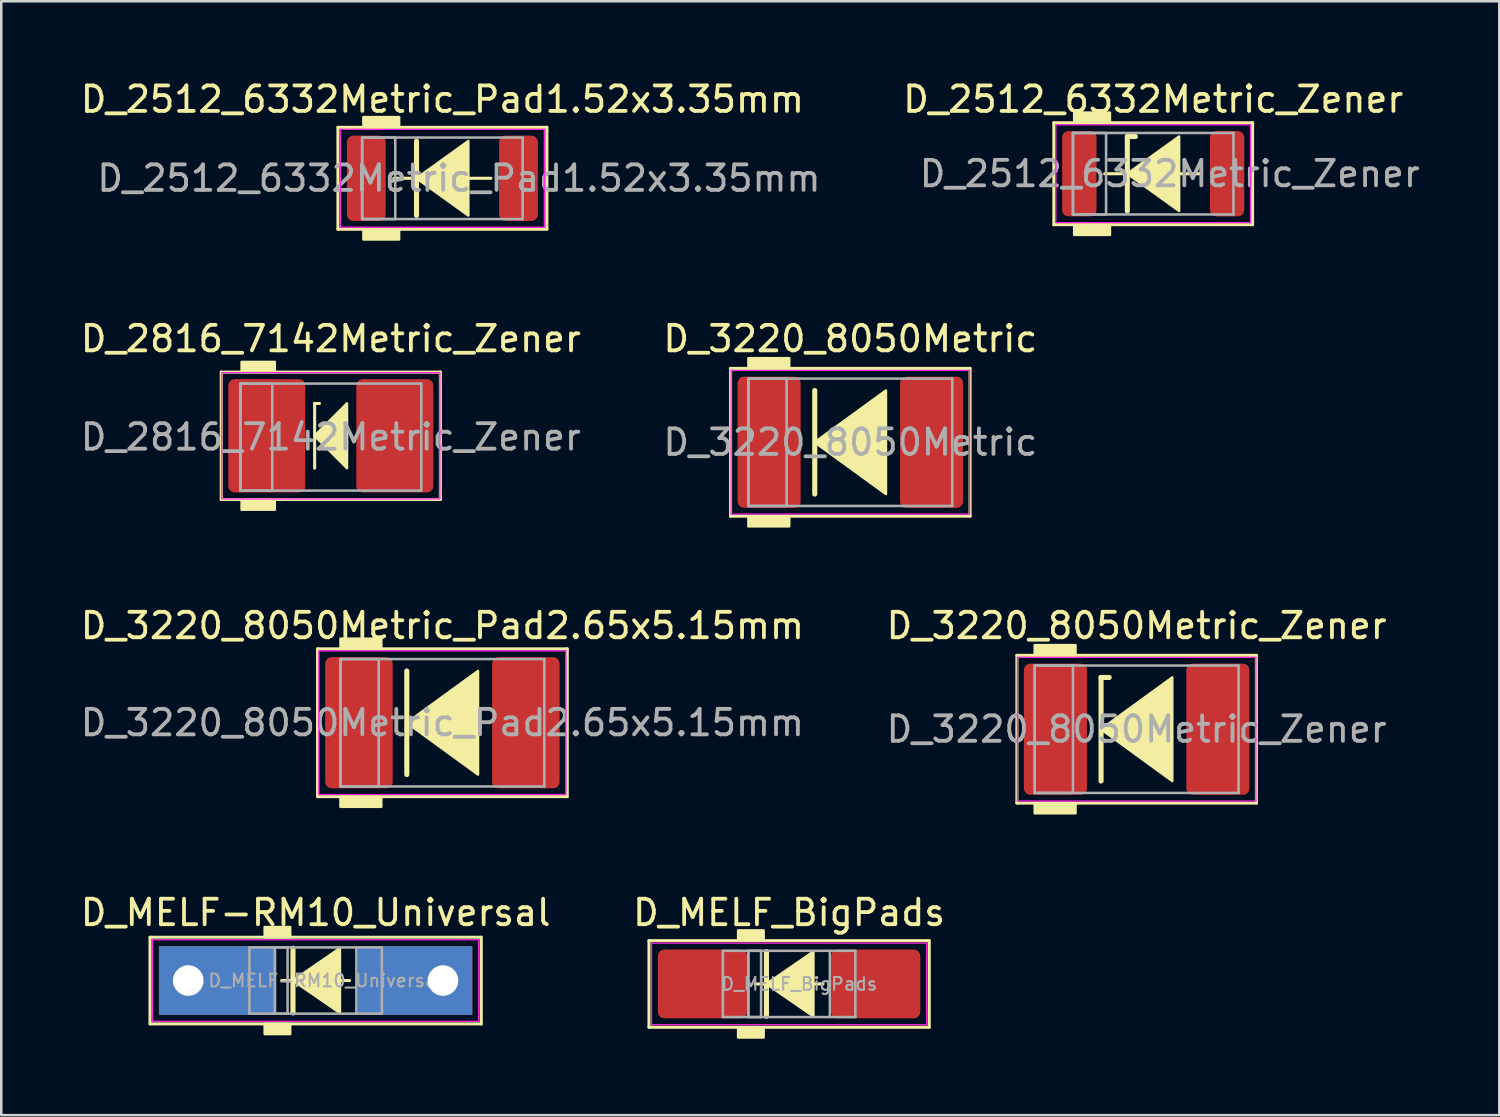
<source format=kicad_pcb>
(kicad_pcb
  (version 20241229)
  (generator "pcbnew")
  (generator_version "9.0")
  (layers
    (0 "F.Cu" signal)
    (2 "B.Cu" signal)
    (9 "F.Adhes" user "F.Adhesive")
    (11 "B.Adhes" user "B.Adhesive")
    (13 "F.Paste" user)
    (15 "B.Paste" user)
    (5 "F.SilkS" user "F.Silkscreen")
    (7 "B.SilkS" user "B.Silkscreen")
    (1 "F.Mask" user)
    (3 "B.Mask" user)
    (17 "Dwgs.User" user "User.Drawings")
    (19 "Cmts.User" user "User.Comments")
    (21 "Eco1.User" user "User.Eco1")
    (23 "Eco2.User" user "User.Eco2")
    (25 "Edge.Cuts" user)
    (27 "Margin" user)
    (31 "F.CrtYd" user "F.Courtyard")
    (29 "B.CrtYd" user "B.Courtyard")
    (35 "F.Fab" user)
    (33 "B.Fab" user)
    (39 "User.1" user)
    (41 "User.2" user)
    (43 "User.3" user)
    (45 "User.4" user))
  (footprint "D_MELF-RM10_Universal"
    (layer "F.Cu")
    (at 9.339 35.438)
    (property "Reference" "D_MELF-RM10_Universal" (at 0 -2.667 0) (layer "F.SilkS") (effects (font (size 1 1) (thickness 0.15))))
    (attr through_hole)
    (fp_line (start -6.5 -1.7) (end -6.5 1.7) (stroke (width 0.12) (type solid)) (layer "F.SilkS"))
    (fp_line (start -6.5 1.7) (end 6.5 1.7) (stroke (width 0.12) (type solid)) (layer "F.SilkS"))
    (fp_line (start -0.953 0) (end -1.333 0) (stroke (width 0.12) (type solid)) (layer "F.SilkS"))
    (fp_line (start -0.889 -1.27) (end -0.889 1.27) (stroke (width 0.2) (type solid)) (layer "F.SilkS"))
    (fp_line (start 1.333 0) (end 0.953 0) (stroke (width 0.12) (type solid)) (layer "F.SilkS"))
    (fp_line (start 6.5 -1.7) (end -6.5 -1.7) (stroke (width 0.12) (type solid)) (layer "F.SilkS"))
    (fp_line (start 6.5 1.7) (end 6.5 -1.7) (stroke (width 0.12) (type solid)) (layer "F.SilkS"))
    (fp_poly (pts (xy 0.953 1.27) (xy -0.889 0) (xy 0.953 -1.27)) (stroke (width 0.1) (type solid)) (fill yes) (layer "F.SilkS"))
    (fp_poly (pts (xy -1 -1.7) (xy -2 -1.7) (xy -2 -2.1) (xy -1 -2.1)) (stroke (width 0.1) (type solid)) (fill yes) (layer "F.SilkS"))
    (fp_poly (pts (xy -1 2.1) (xy -2 2.1) (xy -2 1.7) (xy -1 1.7)) (stroke (width 0.1) (type solid)) (fill yes) (layer "F.SilkS"))
    (fp_line (start -6.4 -1.6) (end 6.4 -1.6) (stroke (width 0.05) (type solid)) (layer "F.CrtYd"))
    (fp_line (start -6.4 1.6) (end -6.4 -1.6) (stroke (width 0.05) (type solid)) (layer "F.CrtYd"))
    (fp_line (start 6.4 -1.6) (end 6.4 1.6) (stroke (width 0.05) (type solid)) (layer "F.CrtYd"))
    (fp_line (start 6.4 1.6) (end -6.4 1.6) (stroke (width 0.05) (type solid)) (layer "F.CrtYd"))
    (fp_line (start -2.6 -1.3) (end -2.6 1.3) (stroke (width 0.1) (type solid)) (layer "F.Fab"))
    (fp_line (start -2.6 1.3) (end 2.6 1.3) (stroke (width 0.1) (type solid)) (layer "F.Fab"))
    (fp_line (start -1.6 -1.3) (end -1.6 1.3) (stroke (width 0.1) (type solid)) (layer "F.Fab"))
    (fp_line (start 1.6 -1.3) (end 1.6 1.3) (stroke (width 0.1) (type solid)) (layer "F.Fab"))
    (fp_line (start 2.6 -1.3) (end -2.6 -1.3) (stroke (width 0.1) (type solid)) (layer "F.Fab"))
    (fp_line (start 2.6 1.3) (end 2.6 -1.3) (stroke (width 0.1) (type solid)) (layer "F.Fab"))
    (fp_rect (start -1.6 -1.3) (end -1.1 1.3) (stroke (width 0.1) (type solid)) (fill no) (layer "F.Fab"))
    (fp_text user "${REFERENCE}" (at 0.4 0 0) (layer "F.Fab") (effects (font (size 0.5 0.5) (thickness 0.08))))
    (pad "1" thru_hole rect (at -5 0) (size 4.5 2.7) (drill 1.199 (offset 1.1 0)) (layers "*.Cu" "*.Mask"))
    (pad "2" thru_hole rect (at 5 0 180) (size 4.5 2.7) (drill 1.199 (offset 1.1 0)) (layers "*.Cu" "*.Mask")))
  (footprint "D_2512_6332Metric_Pad1.52x3.35mm"
    (layer "F.Cu")
    (at 14.315 3.948)
    (property "Reference" "D_2512_6332Metric_Pad1.52x3.35mm" (at 0 -3.1 0) (layer "F.SilkS") (effects (font (size 1 1) (thickness 0.15))))
    (attr smd)
    (fp_line (start -4.1 -2) (end -4.1 2) (stroke (width 0.12) (type solid)) (layer "F.SilkS"))
    (fp_line (start -4.1 2) (end 4.1 2) (stroke (width 0.12) (type solid)) (layer "F.SilkS"))
    (fp_line (start -1.905 0) (end -1.016 0) (stroke (width 0.12) (type solid)) (layer "F.SilkS"))
    (fp_line (start -1.016 -1.46) (end -1.016 1.46) (stroke (width 0.2) (type solid)) (layer "F.SilkS"))
    (fp_line (start 1.016 0) (end 1.905 0) (stroke (width 0.12) (type solid)) (layer "F.SilkS"))
    (fp_line (start 4.1 -2) (end -4.1 -2) (stroke (width 0.12) (type solid)) (layer "F.SilkS"))
    (fp_line (start 4.1 2) (end 4.1 -2) (stroke (width 0.12) (type solid)) (layer "F.SilkS"))
    (fp_poly (pts (xy 1.016 1.46) (xy -1.016 0) (xy 1.016 -1.46)) (stroke (width 0.1) (type solid)) (fill yes) (layer "F.SilkS"))
    (fp_poly (pts (xy -1.7 -2) (xy -3.1 -2) (xy -3.1 -2.4) (xy -1.7 -2.4)) (stroke (width 0.1) (type solid)) (fill yes) (layer "F.SilkS"))
    (fp_poly (pts (xy -1.7 2.4) (xy -3.1 2.4) (xy -3.1 2) (xy -1.7 2)) (stroke (width 0.1) (type solid)) (fill yes) (layer "F.SilkS"))
    (fp_line (start -4 -1.92) (end 4 -1.92) (stroke (width 0.05) (type solid)) (layer "F.CrtYd"))
    (fp_line (start -4 1.92) (end -4 -1.92) (stroke (width 0.05) (type solid)) (layer "F.CrtYd"))
    (fp_line (start 4 -1.92) (end 4 1.92) (stroke (width 0.05) (type solid)) (layer "F.CrtYd"))
    (fp_line (start 4 1.92) (end -4 1.92) (stroke (width 0.05) (type solid)) (layer "F.CrtYd"))
    (fp_line (start -3.15 -1.6) (end -3.15 1.6) (stroke (width 0.1) (type solid)) (layer "F.Fab"))
    (fp_line (start -3.15 1.6) (end 3.15 1.6) (stroke (width 0.1) (type solid)) (layer "F.Fab"))
    (fp_line (start 3.15 -1.6) (end -3.15 -1.6) (stroke (width 0.1) (type solid)) (layer "F.Fab"))
    (fp_line (start 3.15 1.6) (end 3.15 -1.6) (stroke (width 0.1) (type solid)) (layer "F.Fab"))
    (fp_rect (start -3.15 -1.6) (end -1.85 1.6) (stroke (width 0.1) (type solid)) (fill no) (layer "F.Fab"))
    (fp_text user "${REFERENCE}" (at 0.65 0 0) (layer "F.Fab") (effects (font (size 1 1) (thickness 0.15))))
    (pad "1" smd roundrect (at -2.987 0) (size 1.525 3.35) (layers "F.Cu" "F.Mask" "F.Paste") (roundrect_rratio 0.164))
    (pad "2" smd roundrect (at 2.987 0) (size 1.525 3.35) (layers "F.Cu" "F.Mask" "F.Paste") (roundrect_rratio 0.164)))
  (footprint "D_3220_8050Metric_Zener"
    (layer "F.Cu")
    (at 41.565 25.573)
    (property "Reference" "D_3220_8050Metric_Zener" (at 0 -4.064 0) (layer "F.SilkS") (effects (font (size 1 1) (thickness 0.15))))
    (attr smd)
    (fp_line (start -4.7 -2.9) (end 4.7 -2.9) (stroke (width 0.12) (type solid)) (layer "F.SilkS"))
    (fp_line (start -4.7 2.9) (end -4.7 -2.9) (stroke (width 0.12) (type solid)) (layer "F.SilkS"))
    (fp_line (start -1.397 -2.032) (end -1.397 2.032) (stroke (width 0.2) (type solid)) (layer "F.SilkS"))
    (fp_line (start -1.397 -2.032) (end -1.079 -2.032) (stroke (width 0.2) (type solid)) (layer "F.SilkS"))
    (fp_line (start 4.7 -2.9) (end 4.7 2.9) (stroke (width 0.12) (type solid)) (layer "F.SilkS"))
    (fp_line (start 4.7 2.9) (end -4.7 2.9) (stroke (width 0.12) (type solid)) (layer "F.SilkS"))
    (fp_poly (pts (xy 1.397 2.032) (xy -1.397 0) (xy 1.397 -2.032)) (stroke (width 0.1) (type solid)) (fill yes) (layer "F.SilkS"))
    (fp_poly (pts (xy -2.4 -2.9) (xy -4 -2.9) (xy -4 -3.3) (xy -2.4 -3.3)) (stroke (width 0.1) (type solid)) (fill yes) (layer "F.SilkS"))
    (fp_poly (pts (xy -2.4 3.3) (xy -4 3.3) (xy -4 2.9) (xy -2.4 2.9)) (stroke (width 0.1) (type solid)) (fill yes) (layer "F.SilkS"))
    (fp_line (start -4.68 -2.82) (end 4.68 -2.82) (stroke (width 0.05) (type solid)) (layer "F.CrtYd"))
    (fp_line (start -4.68 2.82) (end -4.68 -2.82) (stroke (width 0.05) (type solid)) (layer "F.CrtYd"))
    (fp_line (start 4.68 -2.82) (end 4.68 2.82) (stroke (width 0.05) (type solid)) (layer "F.CrtYd"))
    (fp_line (start 4.68 2.82) (end -4.68 2.82) (stroke (width 0.05) (type solid)) (layer "F.CrtYd"))
    (fp_line (start -4 -2.5) (end -4 2.5) (stroke (width 0.1) (type solid)) (layer "F.Fab"))
    (fp_line (start -4 2.5) (end 4 2.5) (stroke (width 0.1) (type solid)) (layer "F.Fab"))
    (fp_line (start 4 -2.5) (end -4 -2.5) (stroke (width 0.1) (type solid)) (layer "F.Fab"))
    (fp_line (start 4 2.5) (end 4 -2.5) (stroke (width 0.1) (type solid)) (layer "F.Fab"))
    (fp_rect (start -4 -2.5) (end -2.5 2.5) (stroke (width 0.1) (type solid)) (fill no) (layer "F.Fab"))
    (fp_text user "${REFERENCE}" (at 0 0 0) (layer "F.Fab") (effects (font (size 1 1) (thickness 0.15))))
    (pad "1" smd roundrect (at -3.188 0) (size 2.475 5.15) (layers "F.Cu" "F.Mask" "F.Paste") (roundrect_rratio 0.101))
    (pad "2" smd roundrect (at 3.188 0) (size 2.475 5.15) (layers "F.Cu" "F.Mask" "F.Paste") (roundrect_rratio 0.101)))
  (footprint "D_3220_8050Metric_Pad2.65x5.15mm"
    (layer "F.Cu")
    (at 14.315 25.319)
    (property "Reference" "D_3220_8050Metric_Pad2.65x5.15mm" (at 0 -3.81 0) (layer "F.SilkS") (effects (font (size 1 1) (thickness 0.15))))
    (attr smd)
    (fp_line (start -4.9 -2.9) (end -4.9 2.9) (stroke (width 0.12) (type solid)) (layer "F.SilkS"))
    (fp_line (start -4.9 2.9) (end 4.9 2.9) (stroke (width 0.12) (type solid)) (layer "F.SilkS"))
    (fp_line (start -1.397 -2.032) (end -1.397 2.032) (stroke (width 0.2) (type solid)) (layer "F.SilkS"))
    (fp_line (start 4.9 -2.9) (end -4.9 -2.9) (stroke (width 0.12) (type solid)) (layer "F.SilkS"))
    (fp_line (start 4.9 2.9) (end 4.9 -2.9) (stroke (width 0.12) (type solid)) (layer "F.SilkS"))
    (fp_poly (pts (xy 1.397 2.032) (xy -1.397 0) (xy 1.397 -2.032)) (stroke (width 0.1) (type solid)) (fill yes) (layer "F.SilkS"))
    (fp_poly (pts (xy -2.4 -2.9) (xy -4 -2.9) (xy -4 -3.3) (xy -2.4 -3.3)) (stroke (width 0.1) (type solid)) (fill yes) (layer "F.SilkS"))
    (fp_poly (pts (xy -2.4 3.3) (xy -4 3.3) (xy -4 2.9) (xy -2.4 2.9)) (stroke (width 0.1) (type solid)) (fill yes) (layer "F.SilkS"))
    (fp_line (start -4.85 -2.82) (end 4.85 -2.82) (stroke (width 0.05) (type solid)) (layer "F.CrtYd"))
    (fp_line (start -4.85 2.82) (end -4.85 -2.82) (stroke (width 0.05) (type solid)) (layer "F.CrtYd"))
    (fp_line (start 4.85 -2.82) (end 4.85 2.82) (stroke (width 0.05) (type solid)) (layer "F.CrtYd"))
    (fp_line (start 4.85 2.82) (end -4.85 2.82) (stroke (width 0.05) (type solid)) (layer "F.CrtYd"))
    (fp_line (start -4 -2.5) (end -4 2.5) (stroke (width 0.1) (type solid)) (layer "F.Fab"))
    (fp_line (start -4 2.5) (end 4 2.5) (stroke (width 0.1) (type solid)) (layer "F.Fab"))
    (fp_line (start 4 -2.5) (end -4 -2.5) (stroke (width 0.1) (type solid)) (layer "F.Fab"))
    (fp_line (start 4 2.5) (end 4 -2.5) (stroke (width 0.1) (type solid)) (layer "F.Fab"))
    (fp_rect (start -4 -2.5) (end -2.5 2.5) (stroke (width 0.1) (type solid)) (fill no) (layer "F.Fab"))
    (fp_text user "${REFERENCE}" (at 0 0 0) (layer "F.Fab") (effects (font (size 1 1) (thickness 0.15))))
    (pad "1" smd roundrect (at -3.275 0) (size 2.65 5.15) (layers "F.Cu" "F.Mask" "F.Paste") (roundrect_rratio 0.094))
    (pad "2" smd roundrect (at 3.275 0) (size 2.65 5.15) (layers "F.Cu" "F.Mask" "F.Paste") (roundrect_rratio 0.094)))
  (footprint "D_MELF_BigPads"
    (layer "F.Cu")
    (at 27.923 35.571)
    (property "Reference" "D_MELF_BigPads" (at 0 -2.8 0) (layer "F.SilkS") (effects (font (size 1 1) (thickness 0.15))))
    (attr smd)
    (fp_line (start -5.5 -1.7) (end -5.5 1.7) (stroke (width 0.12) (type solid)) (layer "F.SilkS"))
    (fp_line (start -5.5 1.7) (end 5.5 1.7) (stroke (width 0.12) (type solid)) (layer "F.SilkS"))
    (fp_line (start -0.953 0) (end -1.333 0) (stroke (width 0.12) (type solid)) (layer "F.SilkS"))
    (fp_line (start -0.889 -1.27) (end -0.889 1.27) (stroke (width 0.2) (type solid)) (layer "F.SilkS"))
    (fp_line (start 1.333 0) (end 0.953 0) (stroke (width 0.12) (type solid)) (layer "F.SilkS"))
    (fp_line (start 5.5 -1.7) (end -5.5 -1.7) (stroke (width 0.12) (type solid)) (layer "F.SilkS"))
    (fp_line (start 5.5 1.7) (end 5.5 -1.7) (stroke (width 0.12) (type solid)) (layer "F.SilkS"))
    (fp_poly (pts (xy 0.953 1.27) (xy -0.889 0) (xy 0.953 -1.27)) (stroke (width 0.1) (type solid)) (fill yes) (layer "F.SilkS"))
    (fp_poly (pts (xy -1 -1.7) (xy -2 -1.7) (xy -2 -2.1) (xy -1 -2.1)) (stroke (width 0.1) (type solid)) (fill yes) (layer "F.SilkS"))
    (fp_poly (pts (xy -1 2.1) (xy -2 2.1) (xy -2 1.7) (xy -1 1.7)) (stroke (width 0.1) (type solid)) (fill yes) (layer "F.SilkS"))
    (fp_line (start -5.4 -1.6) (end 5.4 -1.6) (stroke (width 0.05) (type solid)) (layer "F.CrtYd"))
    (fp_line (start -5.4 1.6) (end -5.4 -1.6) (stroke (width 0.05) (type solid)) (layer "F.CrtYd"))
    (fp_line (start 5.4 -1.6) (end 5.4 1.6) (stroke (width 0.05) (type solid)) (layer "F.CrtYd"))
    (fp_line (start 5.4 1.6) (end -5.4 1.6) (stroke (width 0.05) (type solid)) (layer "F.CrtYd"))
    (fp_line (start -2.6 -1.3) (end -2.6 1.3) (stroke (width 0.1) (type solid)) (layer "F.Fab"))
    (fp_line (start -2.6 1.3) (end 2.6 1.3) (stroke (width 0.1) (type solid)) (layer "F.Fab"))
    (fp_line (start -1.6 -1.3) (end -1.6 1.3) (stroke (width 0.1) (type solid)) (layer "F.Fab"))
    (fp_line (start 1.6 -1.3) (end 1.6 1.3) (stroke (width 0.1) (type solid)) (layer "F.Fab"))
    (fp_line (start 2.6 -1.3) (end -2.6 -1.3) (stroke (width 0.1) (type solid)) (layer "F.Fab"))
    (fp_line (start 2.6 1.3) (end 2.6 -1.3) (stroke (width 0.1) (type solid)) (layer "F.Fab"))
    (fp_rect (start -1.6 -1.3) (end -1.1 1.3) (stroke (width 0.1) (type solid)) (fill no) (layer "F.Fab"))
    (fp_text user "${REFERENCE}" (at 0.4 0 0) (layer "F.Fab") (effects (font (size 0.5 0.5) (thickness 0.08))))
    (pad "1" smd roundrect (at -3.4 0) (size 3.5 2.7) (layers "F.Cu" "F.Mask" "F.Paste") (roundrect_rratio 0.093))
    (pad "2" smd roundrect (at 3.4 0) (size 3.5 2.7) (layers "F.Cu" "F.Mask" "F.Paste") (roundrect_rratio 0.093)))
  (footprint "D_2816_7142Metric_Zener"
    (layer "F.Cu")
    (at 9.935 14.056)
    (property "Reference" "D_2816_7142Metric_Zener" (at 0 -3.81 0) (layer "F.SilkS") (effects (font (size 1 1) (thickness 0.15))))
    (attr smd)
    (fp_line (start -4.3 -2.5) (end -4.3 2.5) (stroke (width 0.12) (type solid)) (layer "F.SilkS"))
    (fp_line (start -4.3 2.5) (end 4.3 2.5) (stroke (width 0.12) (type solid)) (layer "F.SilkS"))
    (fp_line (start -0.635 -1.27) (end -0.635 1.27) (stroke (width 0.12) (type solid)) (layer "F.SilkS"))
    (fp_line (start -0.635 -1.27) (end -0.445 -1.27) (stroke (width 0.12) (type solid)) (layer "F.SilkS"))
    (fp_line (start 4.3 -2.5) (end -4.3 -2.5) (stroke (width 0.12) (type solid)) (layer "F.SilkS"))
    (fp_line (start 4.3 2.5) (end 4.3 -2.5) (stroke (width 0.12) (type solid)) (layer "F.SilkS"))
    (fp_poly (pts (xy 0.635 1.27) (xy -0.635 0) (xy 0.635 -1.27)) (stroke (width 0.1) (type solid)) (fill yes) (layer "F.SilkS"))
    (fp_poly (pts (xy -2.2 -2.5) (xy -3.5 -2.5) (xy -3.5 -2.9) (xy -2.2 -2.9)) (stroke (width 0.1) (type solid)) (fill yes) (layer "F.SilkS"))
    (fp_poly (pts (xy -2.2 2.9) (xy -3.5 2.9) (xy -3.5 2.5) (xy -2.2 2.5)) (stroke (width 0.1) (type solid)) (fill yes) (layer "F.SilkS"))
    (fp_rect (start -4.28 -2.48) (end 4.28 2.48) (stroke (width 0.05) (type solid)) (fill no) (layer "F.CrtYd"))
    (fp_line (start -3.55 -2.05) (end -3.55 2.15) (stroke (width 0.1) (type solid)) (layer "F.Fab"))
    (fp_line (start -3.55 2.15) (end 3.55 2.15) (stroke (width 0.1) (type solid)) (layer "F.Fab"))
    (fp_line (start 3.55 -2.05) (end -3.55 -2.05) (stroke (width 0.1) (type solid)) (layer "F.Fab"))
    (fp_line (start 3.55 2.15) (end 3.55 -2.05) (stroke (width 0.1) (type solid)) (layer "F.Fab"))
    (fp_rect (start -3.55 -2.05) (end -2.3 2.15) (stroke (width 0.1) (type solid)) (fill no) (layer "F.Fab"))
    (fp_text user "${REFERENCE}" (at 0 0.05 0) (layer "F.Fab") (effects (font (size 1 1) (thickness 0.15))))
    (pad "1" smd roundrect (at -2.513 0) (size 3.025 4.45) (layers "F.Cu" "F.Mask" "F.Paste") (roundrect_rratio 0.083))
    (pad "2" smd roundrect (at 2.513 0) (size 3.025 4.45) (layers "F.Cu" "F.Mask" "F.Paste") (roundrect_rratio 0.083)))
  (footprint "D_2512_6332Metric_Zener"
    (layer "F.Cu")
    (at 42.215 3.769)
    (property "Reference" "D_2512_6332Metric_Zener" (at 0 -2.921 0) (layer "F.SilkS") (effects (font (size 1 1) (thickness 0.15))))
    (attr smd)
    (fp_line (start -3.9 -2) (end -3.9 2) (stroke (width 0.12) (type solid)) (layer "F.SilkS"))
    (fp_line (start -3.9 2) (end 3.9 2) (stroke (width 0.12) (type solid)) (layer "F.SilkS"))
    (fp_line (start -1.905 0) (end -1.016 0) (stroke (width 0.12) (type solid)) (layer "F.SilkS"))
    (fp_line (start -1.016 -1.46) (end -1.016 1.46) (stroke (width 0.2) (type solid)) (layer "F.SilkS"))
    (fp_line (start -1.016 -1.46) (end -0.699 -1.46) (stroke (width 0.2) (type solid)) (layer "F.SilkS"))
    (fp_line (start 1.016 0) (end 1.905 0) (stroke (width 0.12) (type solid)) (layer "F.SilkS"))
    (fp_line (start 3.9 -2) (end -3.9 -2) (stroke (width 0.12) (type solid)) (layer "F.SilkS"))
    (fp_line (start 3.9 2) (end 3.9 -2) (stroke (width 0.12) (type solid)) (layer "F.SilkS"))
    (fp_poly (pts (xy 1.016 1.46) (xy -1.016 0) (xy 1.016 -1.46)) (stroke (width 0.1) (type solid)) (fill yes) (layer "F.SilkS"))
    (fp_poly (pts (xy -1.7 -2) (xy -3.1 -2) (xy -3.1 -2.4) (xy -1.7 -2.4)) (stroke (width 0.1) (type solid)) (fill yes) (layer "F.SilkS"))
    (fp_poly (pts (xy -1.7 2.4) (xy -3.1 2.4) (xy -3.1 2) (xy -1.7 2)) (stroke (width 0.1) (type solid)) (fill yes) (layer "F.SilkS"))
    (fp_line (start -3.82 -1.92) (end 3.82 -1.92) (stroke (width 0.05) (type solid)) (layer "F.CrtYd"))
    (fp_line (start -3.82 1.92) (end -3.82 -1.92) (stroke (width 0.05) (type solid)) (layer "F.CrtYd"))
    (fp_line (start 3.82 -1.92) (end 3.82 1.92) (stroke (width 0.05) (type solid)) (layer "F.CrtYd"))
    (fp_line (start 3.82 1.92) (end -3.82 1.92) (stroke (width 0.05) (type solid)) (layer "F.CrtYd"))
    (fp_line (start -3.15 -1.6) (end -3.15 1.6) (stroke (width 0.1) (type solid)) (layer "F.Fab"))
    (fp_line (start -3.15 1.6) (end 3.15 1.6) (stroke (width 0.1) (type solid)) (layer "F.Fab"))
    (fp_line (start 3.15 -1.6) (end -3.15 -1.6) (stroke (width 0.1) (type solid)) (layer "F.Fab"))
    (fp_line (start 3.15 1.6) (end 3.15 -1.6) (stroke (width 0.1) (type solid)) (layer "F.Fab"))
    (fp_rect (start -3.15 -1.6) (end -1.85 1.6) (stroke (width 0.1) (type solid)) (fill no) (layer "F.Fab"))
    (fp_text user "${REFERENCE}" (at 0.65 0 0) (layer "F.Fab") (effects (font (size 1 1) (thickness 0.15))))
    (pad "1" smd roundrect (at -2.9 0) (size 1.35 3.35) (layers "F.Cu" "F.Mask" "F.Paste") (roundrect_rratio 0.185))
    (pad "2" smd roundrect (at 2.9 0) (size 1.35 3.35) (layers "F.Cu" "F.Mask" "F.Paste") (roundrect_rratio 0.185)))
  (footprint "D_3220_8050Metric"
    (layer "F.Cu")
    (at 30.327 14.31)
    (property "Reference" "D_3220_8050Metric" (at 0 -4.064 0) (layer "F.SilkS") (effects (font (size 1 1) (thickness 0.15))))
    (attr smd)
    (fp_line (start -4.7 -2.9) (end 4.7 -2.9) (stroke (width 0.12) (type solid)) (layer "F.SilkS"))
    (fp_line (start -4.7 2.9) (end -4.7 -2.9) (stroke (width 0.12) (type solid)) (layer "F.SilkS"))
    (fp_line (start -1.397 -2.032) (end -1.397 2.032) (stroke (width 0.2) (type solid)) (layer "F.SilkS"))
    (fp_line (start 4.7 -2.9) (end 4.7 2.9) (stroke (width 0.12) (type solid)) (layer "F.SilkS"))
    (fp_line (start 4.7 2.9) (end -4.7 2.9) (stroke (width 0.12) (type solid)) (layer "F.SilkS"))
    (fp_poly (pts (xy 1.397 2.032) (xy -1.397 0) (xy 1.397 -2.032)) (stroke (width 0.1) (type solid)) (fill yes) (layer "F.SilkS"))
    (fp_poly (pts (xy -2.4 -2.9) (xy -4 -2.9) (xy -4 -3.3) (xy -2.4 -3.3)) (stroke (width 0.1) (type solid)) (fill yes) (layer "F.SilkS"))
    (fp_poly (pts (xy -2.4 3.3) (xy -4 3.3) (xy -4 2.9) (xy -2.4 2.9)) (stroke (width 0.1) (type solid)) (fill yes) (layer "F.SilkS"))
    (fp_line (start -4.68 -2.82) (end 4.68 -2.82) (stroke (width 0.05) (type solid)) (layer "F.CrtYd"))
    (fp_line (start -4.68 2.82) (end -4.68 -2.82) (stroke (width 0.05) (type solid)) (layer "F.CrtYd"))
    (fp_line (start 4.68 -2.82) (end 4.68 2.82) (stroke (width 0.05) (type solid)) (layer "F.CrtYd"))
    (fp_line (start 4.68 2.82) (end -4.68 2.82) (stroke (width 0.05) (type solid)) (layer "F.CrtYd"))
    (fp_line (start -4 -2.5) (end -4 2.5) (stroke (width 0.1) (type solid)) (layer "F.Fab"))
    (fp_line (start -4 2.5) (end 4 2.5) (stroke (width 0.1) (type solid)) (layer "F.Fab"))
    (fp_line (start 4 -2.5) (end -4 -2.5) (stroke (width 0.1) (type solid)) (layer "F.Fab"))
    (fp_line (start 4 2.5) (end 4 -2.5) (stroke (width 0.1) (type solid)) (layer "F.Fab"))
    (fp_rect (start -4 -2.5) (end -2.5 2.5) (stroke (width 0.1) (type solid)) (fill no) (layer "F.Fab"))
    (fp_text user "${REFERENCE}" (at 0 0 0) (layer "F.Fab") (effects (font (size 1 1) (thickness 0.15))))
    (pad "1" smd roundrect (at -3.188 0) (size 2.475 5.15) (layers "F.Cu" "F.Mask" "F.Paste") (roundrect_rratio 0.101))
    (pad "2" smd roundrect (at 3.188 0) (size 2.475 5.15) (layers "F.Cu" "F.Mask" "F.Paste") (roundrect_rratio 0.101)))
  (gr_rect
    (start -3 -3)
    (end 55.8 40.721)
    (stroke (width 0.1) (type default))
    (fill no)
    (layer "Edge.Cuts")))
</source>
